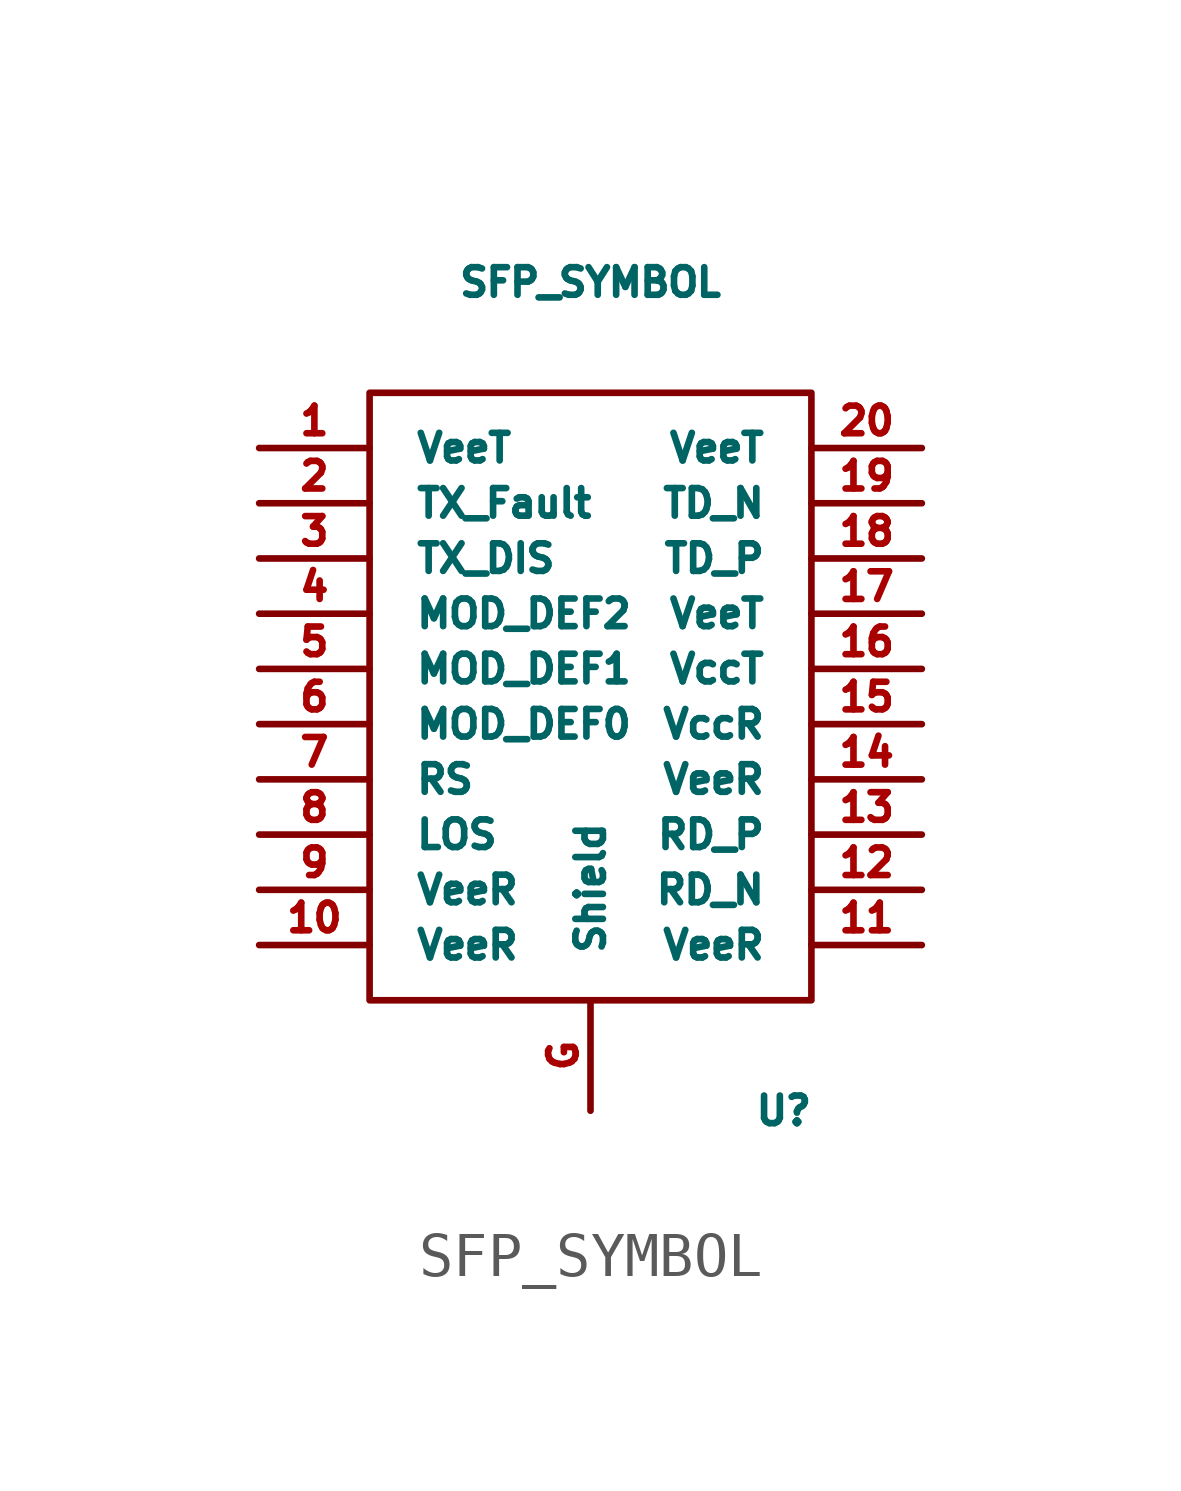
<source format=kicad_sym>
(kicad_symbol_lib
  (version 20211014)
  (generator kicad_symbol_editor)
  (symbol "SFP_SYMBOL"
    (pin_names
      (offset 1.016))
    (property "Reference" "U"
      (at 4.445 -9.525 0)
      (effects (font (size 0.635 0.635))))
    (property "Value" "SFP_SYMBOL"
      (at 0 9.525 0)
      (effects (font (size 0.635 0.635))))
    (property "Footprint" ""
      (at -1.27 -1.905 0)
      (effects (font (size 0.635 0.635))))
    (property "Datasheet" ""
      (at -1.27 -1.905 0)
      (effects (font (size 0.635 0.635))))
    (symbol "SFP_SYMBOL_0_1"
      (rectangle (start -5.08 6.985) (end 5.08 -6.985) (stroke (width 0) (type default) (color 0 0 0 0)) (fill (type none))))
    (symbol "SFP_SYMBOL_1_1"
      (pin power_in line (at -7.62 5.715 0) (length 2.54) (name "VeeT" (effects (font (size 0.635 0.635)))) (number "1" (effects (font (size 0.635 0.635)))))
      (pin power_in line (at -7.62 -5.715 0) (length 2.54) (name "VeeR" (effects (font (size 0.635 0.635)))) (number "10" (effects (font (size 0.635 0.635)))))
      (pin power_in line (at 7.62 -5.715 180) (length 2.54) (name "VeeR" (effects (font (size 0.635 0.635)))) (number "11" (effects (font (size 0.635 0.635)))))
      (pin output line (at 7.62 -4.445 180) (length 2.54) (name "RD_N" (effects (font (size 0.635 0.635)))) (number "12" (effects (font (size 0.635 0.635)))))
      (pin output line (at 7.62 -3.175 180) (length 2.54) (name "RD_P" (effects (font (size 0.635 0.635)))) (number "13" (effects (font (size 0.635 0.635)))))
      (pin power_in line (at 7.62 -1.905 180) (length 2.54) (name "VeeR" (effects (font (size 0.635 0.635)))) (number "14" (effects (font (size 0.635 0.635)))))
      (pin power_in line (at 7.62 -0.635 180) (length 2.54) (name "VccR" (effects (font (size 0.635 0.635)))) (number "15" (effects (font (size 0.635 0.635)))))
      (pin power_in line (at 7.62 0.635 180) (length 2.54) (name "VccT" (effects (font (size 0.635 0.635)))) (number "16" (effects (font (size 0.635 0.635)))))
      (pin power_in line (at 7.62 1.905 180) (length 2.54) (name "VeeT" (effects (font (size 0.635 0.635)))) (number "17" (effects (font (size 0.635 0.635)))))
      (pin input line (at 7.62 3.175 180) (length 2.54) (name "TD_P" (effects (font (size 0.635 0.635)))) (number "18" (effects (font (size 0.635 0.635)))))
      (pin input line (at 7.62 4.445 180) (length 2.54) (name "TD_N" (effects (font (size 0.635 0.635)))) (number "19" (effects (font (size 0.635 0.635)))))
      (pin open_collector line (at -7.62 4.445 0) (length 2.54) (name "TX_Fault" (effects (font (size 0.635 0.635)))) (number "2" (effects (font (size 0.635 0.635)))))
      (pin power_in line (at 7.62 5.715 180) (length 2.54) (name "VeeT" (effects (font (size 0.635 0.635)))) (number "20" (effects (font (size 0.635 0.635)))))
      (pin input line (at -7.62 3.175 0) (length 2.54) (name "TX_DIS" (effects (font (size 0.635 0.635)))) (number "3" (effects (font (size 0.635 0.635)))))
      (pin bidirectional line (at -7.62 1.905 0) (length 2.54) (name "MOD_DEF2" (effects (font (size 0.635 0.635)))) (number "4" (effects (font (size 0.635 0.635)))))
      (pin input line (at -7.62 0.635 0) (length 2.54) (name "MOD_DEF1" (effects (font (size 0.635 0.635)))) (number "5" (effects (font (size 0.635 0.635)))))
      (pin input line (at -7.62 -0.635 0) (length 2.54) (name "MOD_DEF0" (effects (font (size 0.635 0.635)))) (number "6" (effects (font (size 0.635 0.635)))))
      (pin input line (at -7.62 -1.905 0) (length 2.54) (name "RS" (effects (font (size 0.635 0.635)))) (number "7" (effects (font (size 0.635 0.635)))))
      (pin open_collector line (at -7.62 -3.175 0) (length 2.54) (name "LOS" (effects (font (size 0.635 0.635)))) (number "8" (effects (font (size 0.635 0.635)))))
      (pin power_in line (at -7.62 -4.445 0) (length 2.54) (name "VeeR" (effects (font (size 0.635 0.635)))) (number "9" (effects (font (size 0.635 0.635)))))
      (pin input line (at 0 -9.525 90) (length 2.54) (name "Shield" (effects (font (size 0.635 0.635)))) (number "G" (effects (font (size 0.635 0.635))))))))
</source>
